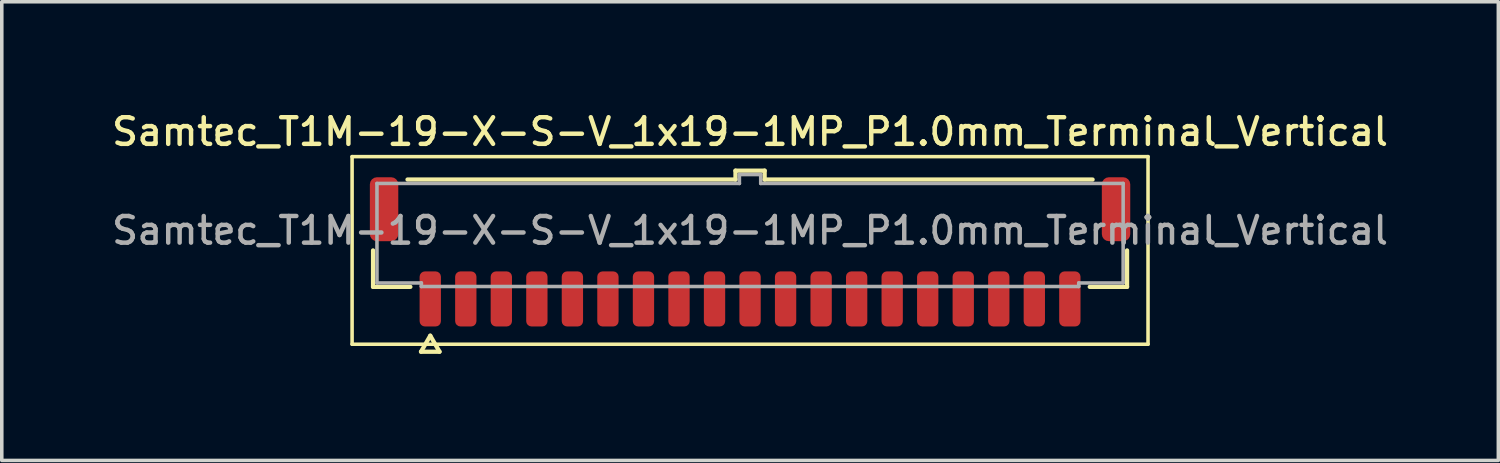
<source format=kicad_pcb>
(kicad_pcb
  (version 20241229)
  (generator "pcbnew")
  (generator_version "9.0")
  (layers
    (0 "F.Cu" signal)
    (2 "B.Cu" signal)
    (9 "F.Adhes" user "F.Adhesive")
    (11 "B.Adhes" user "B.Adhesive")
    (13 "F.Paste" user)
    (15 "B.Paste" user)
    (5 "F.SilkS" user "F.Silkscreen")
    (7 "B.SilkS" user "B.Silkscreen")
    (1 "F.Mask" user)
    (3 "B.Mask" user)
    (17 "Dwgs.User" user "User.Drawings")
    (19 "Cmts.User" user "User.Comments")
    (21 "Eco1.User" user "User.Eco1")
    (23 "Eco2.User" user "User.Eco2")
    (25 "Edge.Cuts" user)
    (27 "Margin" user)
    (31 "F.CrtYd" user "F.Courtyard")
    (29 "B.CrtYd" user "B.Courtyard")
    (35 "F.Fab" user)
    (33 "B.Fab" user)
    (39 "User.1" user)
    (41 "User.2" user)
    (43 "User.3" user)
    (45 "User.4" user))
  (footprint "Samtec_T1M-19-X-S-V_1x19-1MP_P1.0mm_Terminal_Vertical"
    (layer "F.Cu")
    (at 18.059 3.438)
    (property "Reference" "Samtec_T1M-19-X-S-V_1x19-1MP_P1.0mm_Terminal_Vertical" (at 0 -2.78 0) (layer "F.SilkS") (effects (font (size 0.75 0.75) (thickness 0.125))))
    (attr smd)
    (fp_line (start -11.2 -2.08) (end -11.2 3.2) (stroke (width 0.1) (type solid)) (layer "F.SilkS"))
    (fp_line (start -11.2 3.2) (end 11.2 3.2) (stroke (width 0.1) (type solid)) (layer "F.SilkS"))
    (fp_line (start -10.61 1.585) (end -10.61 0.56) (stroke (width 0.12) (type solid)) (layer "F.SilkS"))
    (fp_line (start -9.64 -1.435) (end -0.41 -1.435) (stroke (width 0.12) (type solid)) (layer "F.SilkS"))
    (fp_line (start -9.56 1.585) (end -10.61 1.585) (stroke (width 0.12) (type solid)) (layer "F.SilkS"))
    (fp_line (start -9.26 3.41) (end -9 2.96) (stroke (width 0.12) (type solid)) (layer "F.SilkS"))
    (fp_line (start -9 2.96) (end -8.74 3.41) (stroke (width 0.12) (type solid)) (layer "F.SilkS"))
    (fp_line (start -8.74 3.41) (end -9.26 3.41) (stroke (width 0.12) (type solid)) (layer "F.SilkS"))
    (fp_line (start -0.41 -1.685) (end 0.41 -1.685) (stroke (width 0.12) (type solid)) (layer "F.SilkS"))
    (fp_line (start -0.41 -1.435) (end -0.41 -1.685) (stroke (width 0.12) (type solid)) (layer "F.SilkS"))
    (fp_line (start 0.41 -1.685) (end 0.41 -1.435) (stroke (width 0.12) (type solid)) (layer "F.SilkS"))
    (fp_line (start 0.41 -1.435) (end 9.64 -1.435) (stroke (width 0.12) (type solid)) (layer "F.SilkS"))
    (fp_line (start 10.61 0.56) (end 10.61 1.585) (stroke (width 0.12) (type solid)) (layer "F.SilkS"))
    (fp_line (start 10.61 1.585) (end 9.56 1.585) (stroke (width 0.12) (type solid)) (layer "F.SilkS"))
    (fp_line (start 11.2 -2.08) (end -11.2 -2.08) (stroke (width 0.1) (type solid)) (layer "F.SilkS"))
    (fp_line (start 11.2 3.2) (end 11.2 -2.08) (stroke (width 0.1) (type solid)) (layer "F.SilkS"))
    (fp_line (start -10.5 -1.325) (end -0.3 -1.325) (stroke (width 0.1) (type solid)) (layer "F.Fab"))
    (fp_line (start -10.5 1.475) (end -10.5 -1.325) (stroke (width 0.1) (type solid)) (layer "F.Fab"))
    (fp_line (start -9.25 1.475) (end -10.5 1.475) (stroke (width 0.1) (type solid)) (layer "F.Fab"))
    (fp_line (start -9.25 1.575) (end -9.25 1.475) (stroke (width 0.1) (type solid)) (layer "F.Fab"))
    (fp_line (start -0.3 -1.575) (end 0.3 -1.575) (stroke (width 0.1) (type solid)) (layer "F.Fab"))
    (fp_line (start -0.3 -1.325) (end -0.3 -1.575) (stroke (width 0.1) (type solid)) (layer "F.Fab"))
    (fp_line (start 0.3 -1.575) (end 0.3 -1.325) (stroke (width 0.1) (type solid)) (layer "F.Fab"))
    (fp_line (start 0.3 -1.325) (end 10.5 -1.325) (stroke (width 0.1) (type solid)) (layer "F.Fab"))
    (fp_line (start 9.25 1.475) (end 9.25 1.575) (stroke (width 0.1) (type solid)) (layer "F.Fab"))
    (fp_line (start 9.25 1.575) (end -9.25 1.575) (stroke (width 0.1) (type solid)) (layer "F.Fab"))
    (fp_line (start 10.5 -1.325) (end 10.5 1.475) (stroke (width 0.1) (type solid)) (layer "F.Fab"))
    (fp_line (start 10.5 1.475) (end 9.25 1.475) (stroke (width 0.1) (type solid)) (layer "F.Fab"))
    (fp_text user "${REFERENCE}" (at 0 0 0) (layer "F.Fab") (effects (font (size 0.75 0.75) (thickness 0.125))))
    (pad "1" smd roundrect (at -9 1.925) (size 0.6 1.55) (layers "F.Cu" "F.Mask" "F.Paste") (roundrect_rratio 0.25))
    (pad "2" smd roundrect (at -8 1.925) (size 0.6 1.55) (layers "F.Cu" "F.Mask" "F.Paste") (roundrect_rratio 0.25))
    (pad "3" smd roundrect (at -7 1.925) (size 0.6 1.55) (layers "F.Cu" "F.Mask" "F.Paste") (roundrect_rratio 0.25))
    (pad "4" smd roundrect (at -6 1.925) (size 0.6 1.55) (layers "F.Cu" "F.Mask" "F.Paste") (roundrect_rratio 0.25))
    (pad "5" smd roundrect (at -5 1.925) (size 0.6 1.55) (layers "F.Cu" "F.Mask" "F.Paste") (roundrect_rratio 0.25))
    (pad "6" smd roundrect (at -4 1.925) (size 0.6 1.55) (layers "F.Cu" "F.Mask" "F.Paste") (roundrect_rratio 0.25))
    (pad "7" smd roundrect (at -3 1.925) (size 0.6 1.55) (layers "F.Cu" "F.Mask" "F.Paste") (roundrect_rratio 0.25))
    (pad "8" smd roundrect (at -2 1.925) (size 0.6 1.55) (layers "F.Cu" "F.Mask" "F.Paste") (roundrect_rratio 0.25))
    (pad "9" smd roundrect (at -1 1.925) (size 0.6 1.55) (layers "F.Cu" "F.Mask" "F.Paste") (roundrect_rratio 0.25))
    (pad "10" smd roundrect (at 0 1.925) (size 0.6 1.55) (layers "F.Cu" "F.Mask" "F.Paste") (roundrect_rratio 0.25))
    (pad "11" smd roundrect (at 1 1.925) (size 0.6 1.55) (layers "F.Cu" "F.Mask" "F.Paste") (roundrect_rratio 0.25))
    (pad "12" smd roundrect (at 2 1.925) (size 0.6 1.55) (layers "F.Cu" "F.Mask" "F.Paste") (roundrect_rratio 0.25))
    (pad "13" smd roundrect (at 3 1.925) (size 0.6 1.55) (layers "F.Cu" "F.Mask" "F.Paste") (roundrect_rratio 0.25))
    (pad "14" smd roundrect (at 4 1.925) (size 0.6 1.55) (layers "F.Cu" "F.Mask" "F.Paste") (roundrect_rratio 0.25))
    (pad "15" smd roundrect (at 5 1.925) (size 0.6 1.55) (layers "F.Cu" "F.Mask" "F.Paste") (roundrect_rratio 0.25))
    (pad "16" smd roundrect (at 6 1.925) (size 0.6 1.55) (layers "F.Cu" "F.Mask" "F.Paste") (roundrect_rratio 0.25))
    (pad "17" smd roundrect (at 7 1.925) (size 0.6 1.55) (layers "F.Cu" "F.Mask" "F.Paste") (roundrect_rratio 0.25))
    (pad "18" smd roundrect (at 8 1.925) (size 0.6 1.55) (layers "F.Cu" "F.Mask" "F.Paste") (roundrect_rratio 0.25))
    (pad "19" smd roundrect (at 9 1.925) (size 0.6 1.55) (layers "F.Cu" "F.Mask" "F.Paste") (roundrect_rratio 0.25))
    (pad "MP" smd roundrect (at -10.3 -0.6) (size 0.8 1.8) (layers "F.Cu" "F.Mask" "F.Paste") (roundrect_rratio 0.25))
    (pad "MP" smd roundrect (at 10.3 -0.6) (size 0.8 1.8) (layers "F.Cu" "F.Mask" "F.Paste") (roundrect_rratio 0.25)))
  (gr_rect
    (start -3 -3)
    (end 39.118 9.908)
    (stroke (width 0.1) (type default))
    (fill no)
    (layer "Edge.Cuts")))
</source>
